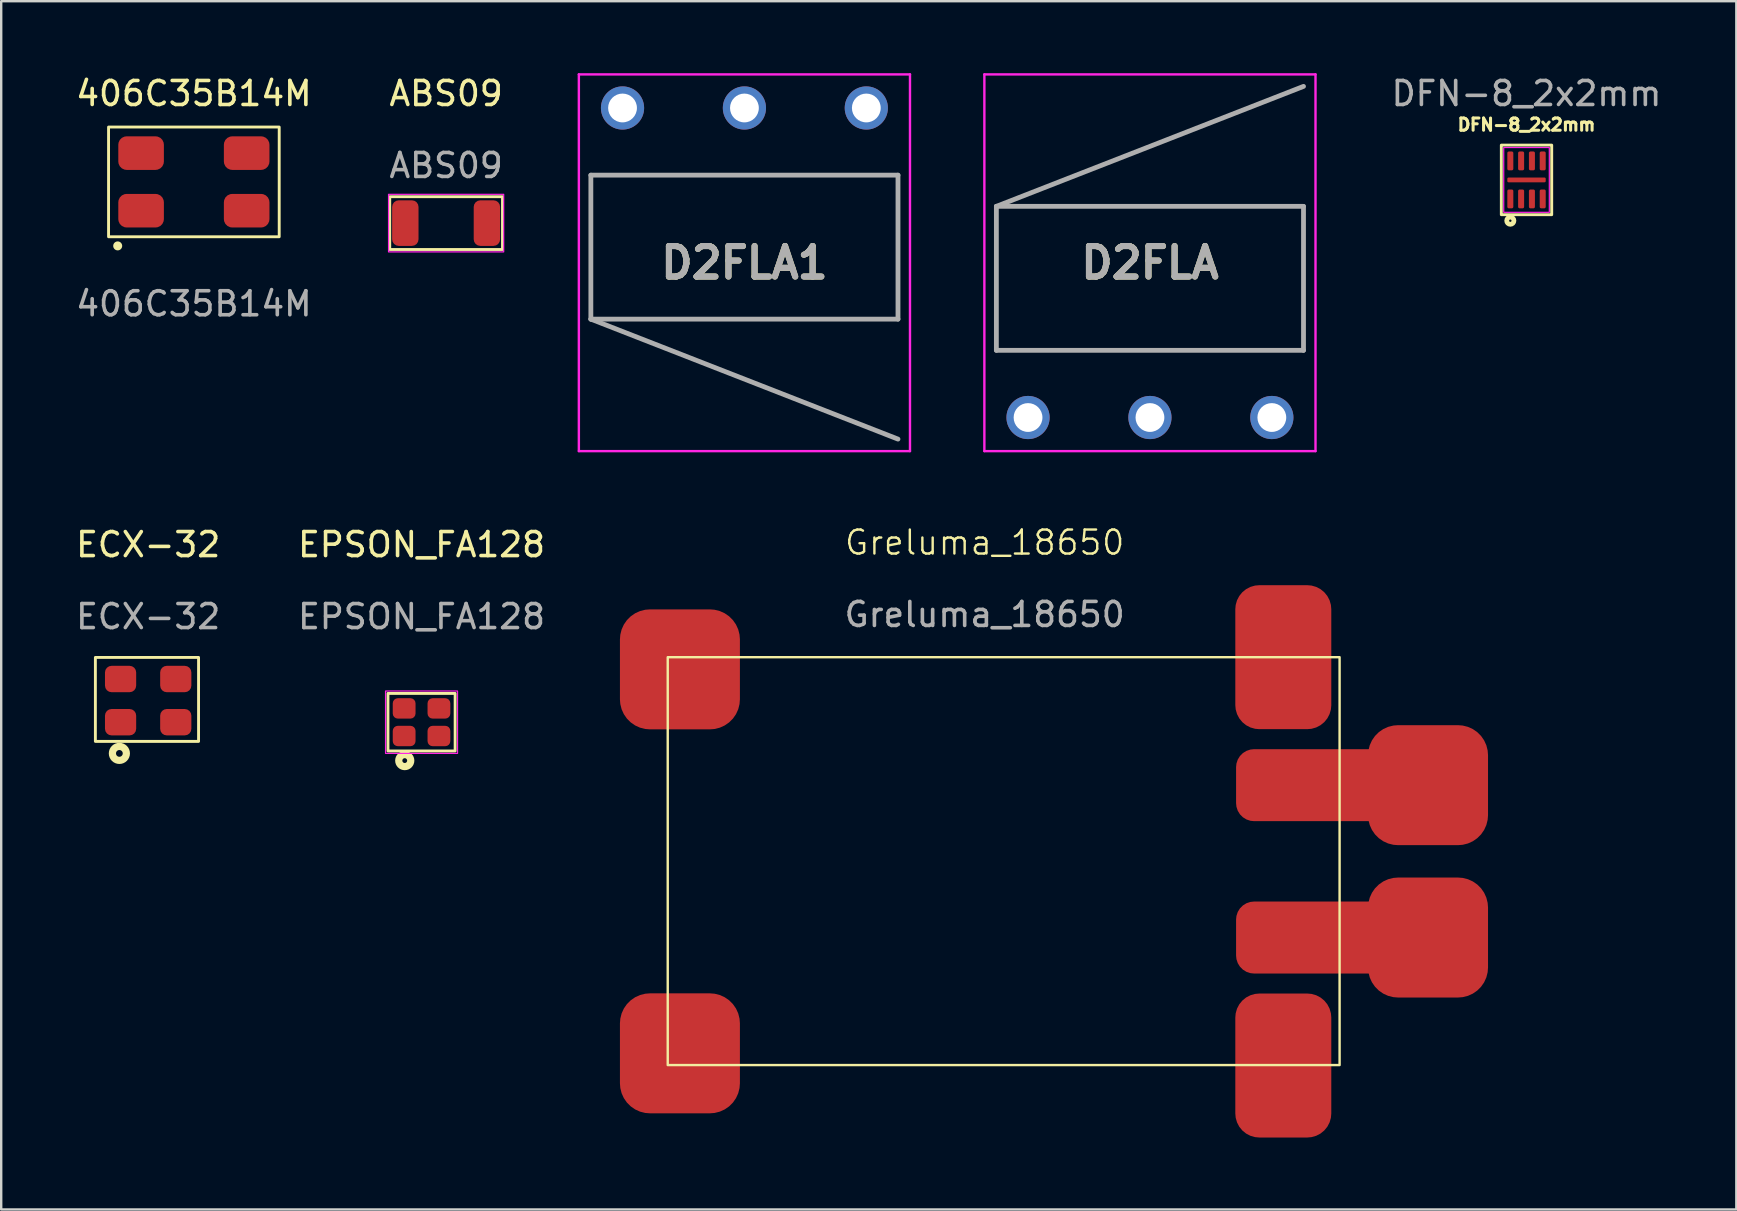
<source format=kicad_pcb>
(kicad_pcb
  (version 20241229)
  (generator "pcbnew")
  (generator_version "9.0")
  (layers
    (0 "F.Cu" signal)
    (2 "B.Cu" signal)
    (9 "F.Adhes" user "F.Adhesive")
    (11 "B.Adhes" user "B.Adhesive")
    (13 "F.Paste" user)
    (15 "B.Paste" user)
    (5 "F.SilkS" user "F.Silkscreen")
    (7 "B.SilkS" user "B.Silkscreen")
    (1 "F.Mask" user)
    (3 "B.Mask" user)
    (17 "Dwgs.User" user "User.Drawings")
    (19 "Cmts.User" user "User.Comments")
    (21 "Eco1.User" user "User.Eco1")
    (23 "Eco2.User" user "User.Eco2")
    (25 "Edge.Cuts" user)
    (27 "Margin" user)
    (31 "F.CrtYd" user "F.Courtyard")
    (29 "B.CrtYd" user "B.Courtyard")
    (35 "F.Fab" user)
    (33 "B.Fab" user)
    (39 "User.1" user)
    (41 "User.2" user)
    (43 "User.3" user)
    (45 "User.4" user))
  (footprint "D2FLA"
    (layer "F.Cu")
    (at 39.794 14.35)
    (property "Reference" "D2FLA" (at 5.08 -6.45 0) (layer "F.SilkS") (effects (font (size 1.27 1.27) (thickness 0.254))))
    (attr through_hole)
    (fp_line (start -1.32 -8.8) (end 11.48 -8.8) (stroke (width 0.1) (type solid)) (layer "F.SilkS"))
    (fp_line (start -1.32 -2.8) (end -1.32 -8.8) (stroke (width 0.1) (type solid)) (layer "F.SilkS"))
    (fp_line (start 11.48 -8.8) (end 11.48 -2.8) (stroke (width 0.1) (type solid)) (layer "F.SilkS"))
    (fp_line (start 11.48 -2.8) (end -1.32 -2.8) (stroke (width 0.1) (type solid)) (layer "F.SilkS"))
    (fp_line (start -1.82 -14.3) (end 11.98 -14.3) (stroke (width 0.1) (type solid)) (layer "F.CrtYd"))
    (fp_line (start -1.82 1.4) (end -1.82 -14.3) (stroke (width 0.1) (type solid)) (layer "F.CrtYd"))
    (fp_line (start 11.98 -14.3) (end 11.98 1.4) (stroke (width 0.1) (type solid)) (layer "F.CrtYd"))
    (fp_line (start 11.98 1.4) (end -1.82 1.4) (stroke (width 0.1) (type solid)) (layer "F.CrtYd"))
    (fp_line (start -1.32 -8.8) (end 11.48 -13.8) (stroke (width 0.2) (type solid)) (layer "F.Fab"))
    (fp_line (start -1.32 -8.8) (end 11.48 -8.8) (stroke (width 0.2) (type solid)) (layer "F.Fab"))
    (fp_line (start -1.32 -2.8) (end -1.32 -8.8) (stroke (width 0.2) (type solid)) (layer "F.Fab"))
    (fp_line (start 11.48 -8.8) (end 11.48 -2.8) (stroke (width 0.2) (type solid)) (layer "F.Fab"))
    (fp_line (start 11.48 -2.8) (end -1.32 -2.8) (stroke (width 0.2) (type solid)) (layer "F.Fab"))
    (fp_text user "${REFERENCE}" (at 5.08 -6.45 0) (layer "F.Fab") (effects (font (size 1.27 1.27) (thickness 0.254))))
    (pad "1" thru_hole circle (at 0 0) (size 1.8 1.8) (drill 1.2) (layers "*.Cu" "*.Mask"))
    (pad "2" thru_hole circle (at 5.08 0) (size 1.8 1.8) (drill 1.2) (layers "*.Cu" "*.Mask"))
    (pad "3" thru_hole circle (at 10.16 0) (size 1.8 1.8) (drill 1.2) (layers "*.Cu" "*.Mask")))
  (footprint "ECX-32"
    (layer "F.Cu")
    (at 3.125 26.148)
    (property "Reference" "ECX-32" (at 0 -6.5 0) (unlocked yes) (layer "F.SilkS") (effects (font (size 1 1) (thickness 0.15))))
    (attr smd)
    (fp_rect (start -2.2 -1.8) (end 2.1 1.7) (stroke (width 0.12) (type solid)) (fill no) (layer "F.SilkS"))
    (fp_circle (center -1.2 2.2) (end -1.059 2.2) (stroke (width 0.3) (type solid)) (fill no) (layer "F.SilkS"))
    (fp_text user "${REFERENCE}" (at 0 -3.5 0) (unlocked yes) (layer "F.Fab") (effects (font (size 1 1) (thickness 0.15))))
    (pad "1" smd roundrect (at -1.15 0.9) (size 1.3 1.1) (layers "F.Cu" "F.Mask" "F.Paste") (roundrect_rratio 0.25))
    (pad "2" smd roundrect (at 1.15 0.9) (size 1.3 1.1) (layers "F.Cu" "F.Mask" "F.Paste") (roundrect_rratio 0.25))
    (pad "3" smd roundrect (at 1.15 -0.9) (size 1.3 1.1) (layers "F.Cu" "F.Mask" "F.Paste") (roundrect_rratio 0.25))
    (pad "4" smd roundrect (at -1.15 -0.9) (size 1.3 1.1) (layers "F.Cu" "F.Mask" "F.Paste") (roundrect_rratio 0.25)))
  (footprint "EPSON_FA128"
    (layer "F.Cu")
    (at 14.518 27.048)
    (property "Reference" "EPSON_FA128" (at 0 -7.4 0) (unlocked yes) (layer "F.SilkS") (effects (font (size 1 1) (thickness 0.15))))
    (attr smd)
    (fp_rect (start -1.4 -1.2) (end 1.4 1.2) (stroke (width 0.12) (type solid)) (fill no) (layer "F.SilkS"))
    (fp_circle (center -0.7 1.6) (end -0.6 1.6) (stroke (width 0.3) (type solid)) (fill no) (layer "F.SilkS"))
    (fp_rect (start -1.5 -1.3) (end 1.5 1.3) (stroke (width 0.05) (type solid)) (fill no) (layer "F.CrtYd"))
    (fp_text user "${REFERENCE}" (at 0 -4.4 0) (unlocked yes) (layer "F.Fab") (effects (font (size 1 1) (thickness 0.15))))
    (pad "1" smd roundrect (at -0.725 0.575) (size 0.95 0.85) (layers "F.Cu" "F.Mask" "F.Paste") (roundrect_rratio 0.25))
    (pad "2" smd roundrect (at 0.725 0.575) (size 0.95 0.85) (layers "F.Cu" "F.Mask" "F.Paste") (roundrect_rratio 0.25))
    (pad "3" smd roundrect (at 0.725 -0.575) (size 0.95 0.85) (layers "F.Cu" "F.Mask" "F.Paste") (roundrect_rratio 0.25))
    (pad "4" smd roundrect (at -0.725 -0.575) (size 0.95 0.85) (layers "F.Cu" "F.Mask" "F.Paste") (roundrect_rratio 0.25)))
  (footprint "DFN-8_2x2mm"
    (layer "F.Cu")
    (at 60.568 4.448)
    (property "Reference" "DFN-8_2x2mm" (at 0 -2.3 0) (unlocked yes) (layer "F.SilkS") (effects (font (size 0.508 0.508) (thickness 0.127))))
    (attr smd)
    (fp_rect (start -1.05 -1.45) (end 1.05 1.45) (stroke (width 0.12) (type solid)) (fill no) (layer "F.SilkS"))
    (fp_circle (center -0.675 1.7) (end -0.625 1.7) (stroke (width 0.2) (type solid)) (fill no) (layer "F.SilkS"))
    (fp_rect (start 0.95 1.35) (end -0.95 -1.35) (stroke (width 0.05) (type solid)) (fill no) (layer "F.CrtYd"))
    (fp_text user "${REFERENCE}" (at 0 -3.6 0) (unlocked yes) (layer "F.Fab") (effects (font (size 1 1) (thickness 0.15))))
    (pad "1" smd roundrect (at -0.675 0.792) (size 0.25 0.785) (layers "F.Cu" "F.Mask" "F.Paste") (roundrect_rratio 0.25))
    (pad "2" smd roundrect (at -0.225 0.792) (size 0.25 0.785) (layers "F.Cu" "F.Mask" "F.Paste") (roundrect_rratio 0.25))
    (pad "3" smd roundrect (at 0.225 0.792) (size 0.25 0.785) (layers "F.Cu" "F.Mask" "F.Paste") (roundrect_rratio 0.25))
    (pad "4" smd roundrect (at 0.675 0.792 180) (size 0.25 0.785) (layers "F.Cu" "F.Mask" "F.Paste") (roundrect_rratio 0.25))
    (pad "5" smd roundrect (at 0.675 -0.792 180) (size 0.25 0.785) (layers "F.Cu" "F.Mask" "F.Paste") (roundrect_rratio 0.25))
    (pad "6" smd roundrect (at 0.225 -0.792) (size 0.25 0.785) (layers "F.Cu" "F.Mask" "F.Paste") (roundrect_rratio 0.25))
    (pad "7" smd roundrect (at -0.225 -0.792) (size 0.25 0.785) (layers "F.Cu" "F.Mask" "F.Paste") (roundrect_rratio 0.25))
    (pad "8" smd roundrect (at -0.675 -0.792) (size 0.25 0.785) (layers "F.Cu" "F.Mask" "F.Paste") (roundrect_rratio 0.25))
    (pad "9" smd roundrect (at 0 0 90) (size 0.2 1.6) (layers "F.Cu" "F.Mask" "F.Paste") (roundrect_rratio 0.25)))
  (footprint "ABS09"
    (layer "F.Cu")
    (at 15.542 6.248)
    (property "Reference" "ABS09" (at 0 -5.4 0) (unlocked yes) (layer "F.SilkS") (effects (font (size 1 1) (thickness 0.15))))
    (attr smd)
    (fp_rect (start -2.35 -1.1) (end 2.35 1.1) (stroke (width 0.12) (type solid)) (fill no) (layer "F.SilkS"))
    (fp_rect (start -2.4 -1.2) (end 2.4 1.2) (stroke (width 0.05) (type solid)) (fill no) (layer "F.CrtYd"))
    (fp_text user "${REFERENCE}" (at 0 -2.4 0) (unlocked yes) (layer "F.Fab") (effects (font (size 1 1) (thickness 0.15))))
    (pad "1" smd roundrect (at -1.7 0) (size 1.1 1.9) (layers "F.Cu" "F.Mask" "F.Paste") (roundrect_rratio 0.25))
    (pad "2" smd roundrect (at 1.7 0) (size 1.1 1.9) (layers "F.Cu" "F.Mask" "F.Paste") (roundrect_rratio 0.25)))
  (footprint "406C35B14M"
    (layer "F.Cu")
    (at 5.03 4.531)
    (property "Reference" "406C35B14M" (at 0 -3.683 0) (unlocked yes) (layer "F.SilkS") (effects (font (size 1 1) (thickness 0.15))))
    (attr smd)
    (fp_rect (start -3.556 -2.286) (end 3.556 2.286) (stroke (width 0.12) (type default)) (fill no) (layer "F.SilkS"))
    (fp_circle (center -3.175 2.667) (end -3.048 2.667) (stroke (width 0.12) (type solid)) (fill yes) (layer "F.SilkS"))
    (fp_text user "${REFERENCE}" (at 0 5.08 0) (unlocked yes) (layer "F.Fab") (effects (font (size 1 1) (thickness 0.15))))
    (pad "1" smd roundrect (at -2.2 1.2) (size 1.9 1.4) (layers "F.Cu" "F.Mask" "F.Paste") (roundrect_rratio 0.25))
    (pad "2" smd roundrect (at 2.2 1.2) (size 1.9 1.4) (layers "F.Cu" "F.Mask" "F.Paste") (roundrect_rratio 0.25))
    (pad "3" smd roundrect (at 2.2 -1.2) (size 1.9 1.4) (layers "F.Cu" "F.Mask" "F.Paste") (roundrect_rratio 0.25))
    (pad "4" smd roundrect (at -2.2 -1.2) (size 1.9 1.4) (layers "F.Cu" "F.Mask" "F.Paste") (roundrect_rratio 0.25)))
  (footprint "D2FLA1"
    (layer "F.Cu")
    (at 22.894 1.45)
    (property "Reference" "D2FLA1" (at 5.08 6.45 0) (layer "F.SilkS") (effects (font (size 1.27 1.27) (thickness 0.254))))
    (attr through_hole)
    (fp_line (start -1.32 2.8) (end -1.32 8.8) (stroke (width 0.1) (type solid)) (layer "F.SilkS"))
    (fp_line (start -1.32 8.8) (end 11.48 8.8) (stroke (width 0.1) (type solid)) (layer "F.SilkS"))
    (fp_line (start 11.48 2.8) (end -1.32 2.8) (stroke (width 0.1) (type solid)) (layer "F.SilkS"))
    (fp_line (start 11.48 8.8) (end 11.48 2.8) (stroke (width 0.1) (type solid)) (layer "F.SilkS"))
    (fp_line (start -1.82 -1.4) (end -1.82 14.3) (stroke (width 0.1) (type solid)) (layer "F.CrtYd"))
    (fp_line (start -1.82 14.3) (end 11.98 14.3) (stroke (width 0.1) (type solid)) (layer "F.CrtYd"))
    (fp_line (start 11.98 -1.4) (end -1.82 -1.4) (stroke (width 0.1) (type solid)) (layer "F.CrtYd"))
    (fp_line (start 11.98 14.3) (end 11.98 -1.4) (stroke (width 0.1) (type solid)) (layer "F.CrtYd"))
    (fp_line (start -1.32 2.8) (end 11.48 2.8) (stroke (width 0.2) (type solid)) (layer "F.Fab"))
    (fp_line (start -1.32 8.8) (end -1.32 2.8) (stroke (width 0.2) (type solid)) (layer "F.Fab"))
    (fp_line (start -1.32 8.8) (end 11.48 13.8) (stroke (width 0.2) (type solid)) (layer "F.Fab"))
    (fp_line (start 11.48 2.8) (end 11.48 8.8) (stroke (width 0.2) (type solid)) (layer "F.Fab"))
    (fp_line (start 11.48 8.8) (end -1.32 8.8) (stroke (width 0.2) (type solid)) (layer "F.Fab"))
    (fp_text user "${REFERENCE}" (at 5.08 6.45 0) (layer "F.Fab") (effects (font (size 1.27 1.27) (thickness 0.254))))
    (pad "1" thru_hole circle (at 0 0) (size 1.8 1.8) (drill 1.2) (layers "*.Cu" "*.Mask"))
    (pad "2" thru_hole circle (at 5.08 0) (size 1.8 1.8) (drill 1.2) (layers "*.Cu" "*.Mask"))
    (pad "3" thru_hole circle (at 10.16 0) (size 1.8 1.8) (drill 1.2) (layers "*.Cu" "*.Mask")))
  (footprint "Greluma_18650"
    (layer "F.Cu")
    (at 24.778 24.338)
    (property "Reference" "Greluma_18650" (at 13.208 -4.778 0) (unlocked yes) (layer "F.SilkS") (effects (font (size 1 1) (thickness 0.1))))
    (attr smd)
    (fp_rect (start 0 0) (end 28 17) (stroke (width 0.1) (type default)) (fill no) (layer "F.SilkS"))
    (fp_text user "${REFERENCE}" (at 13.208 -1.778 0) (unlocked yes) (layer "F.Fab") (effects (font (size 1 1) (thickness 0.15))))
    (pad "1" smd roundrect (at 25.654 0) (size 4 6) (layers "F.Cu" "F.Mask" "F.Paste") (roundrect_rratio 0.25))
    (pad "2" smd roundrect (at 25.654 17.018) (size 4 6) (layers "F.Cu" "F.Mask" "F.Paste") (roundrect_rratio 0.25))
    (pad "3" smd roundrect (at 27.686 5.334) (size 8 3) (layers "F.Cu" "F.Mask" "F.Paste") (roundrect_rratio 0.25))
    (pad "3" smd roundrect (at 31.686 5.334) (size 5 5) (layers "F.Cu" "F.Mask" "F.Paste") (roundrect_rratio 0.25))
    (pad "4" smd roundrect (at 27.686 11.684) (size 8 3) (layers "F.Cu" "F.Mask" "F.Paste") (roundrect_rratio 0.25))
    (pad "4" smd roundrect (at 31.686 11.684) (size 5 5) (layers "F.Cu" "F.Mask" "F.Paste") (roundrect_rratio 0.25))
    (pad "5" smd roundrect (at 0.508 16.51) (size 5 5) (layers "F.Cu" "F.Mask" "F.Paste") (roundrect_rratio 0.25))
    (pad "6" smd roundrect (at 0.508 0.508) (size 5 5) (layers "F.Cu" "F.Mask" "F.Paste") (roundrect_rratio 0.25)))
  (gr_rect
    (start -3 -3)
    (end 69.312 47.356)
    (stroke (width 0.1) (type default))
    (fill no)
    (layer "Edge.Cuts")))
</source>
